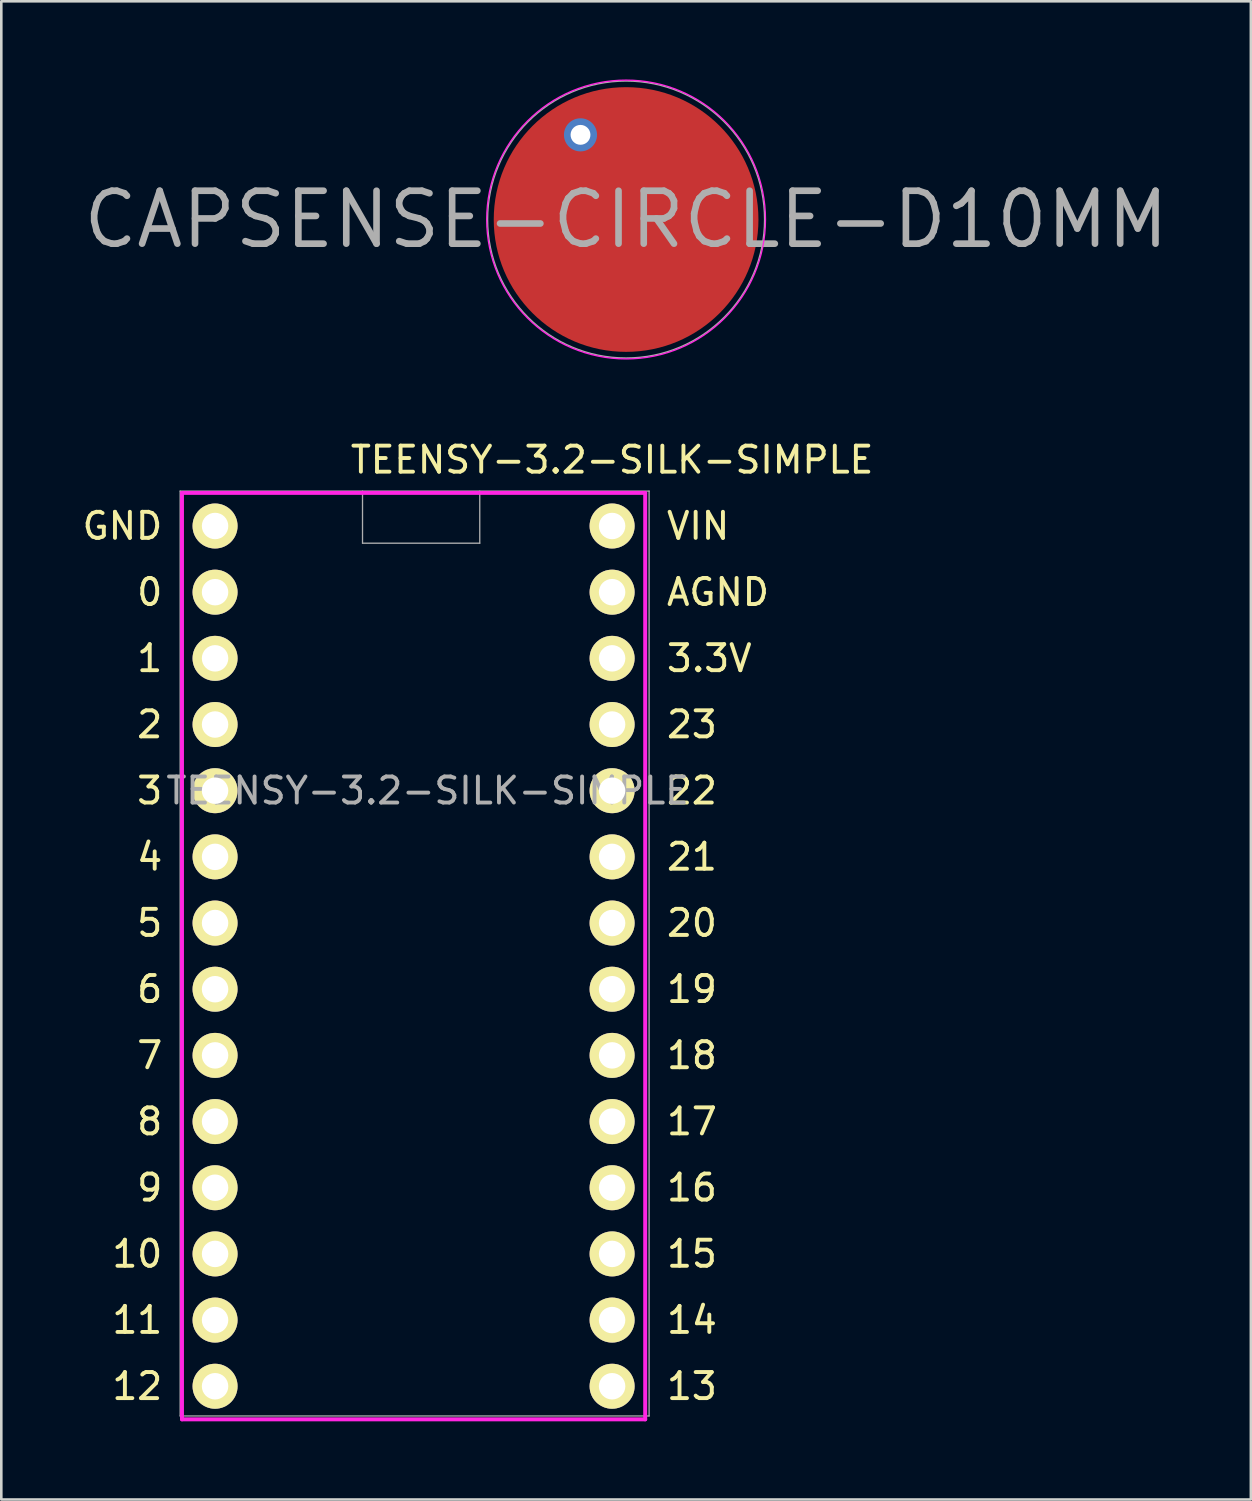
<source format=kicad_pcb>
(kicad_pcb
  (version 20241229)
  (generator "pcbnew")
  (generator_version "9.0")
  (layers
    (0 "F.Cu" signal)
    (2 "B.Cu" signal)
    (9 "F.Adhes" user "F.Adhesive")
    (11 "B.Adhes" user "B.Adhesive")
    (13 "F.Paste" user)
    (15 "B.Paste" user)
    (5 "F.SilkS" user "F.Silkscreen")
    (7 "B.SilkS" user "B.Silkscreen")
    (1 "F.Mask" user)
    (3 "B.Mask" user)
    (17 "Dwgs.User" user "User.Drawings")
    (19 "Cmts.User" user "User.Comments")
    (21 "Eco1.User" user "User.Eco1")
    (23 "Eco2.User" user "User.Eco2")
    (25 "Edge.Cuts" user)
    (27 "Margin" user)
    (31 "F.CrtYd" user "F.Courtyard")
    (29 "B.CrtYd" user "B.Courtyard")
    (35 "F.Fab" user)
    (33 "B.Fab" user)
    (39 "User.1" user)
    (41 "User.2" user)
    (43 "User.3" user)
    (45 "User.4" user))
  (footprint "CAPSENSE-CIRCLE-D10MM"
    (layer "F.Cu")
    (at 20.982 5.376)
    (property "Reference" "CAPSENSE-CIRCLE-D10MM" (at 0 0 0) (layer "F.Fab") (effects (font (size 2.032 2.032) (thickness 0.254))))
    (attr through_hole)
    (fp_circle (center 0 0) (end 3.25 4.25) (stroke (width 0.051) (type solid)) (fill no) (layer "F.CrtYd"))
    (fp_circle (center 0 0) (end 4 3.5) (stroke (width 0.051) (type solid)) (fill no) (layer "F.Fab"))
    (pad "1" smd circle (at 0 0) (size 10.16 10.16) (layers "F.Cu"))
    (pad "2" thru_hole circle (at -1.75 -3.25) (size 1.27 1.27) (drill 0.762) (layers "*.Cu")))
  (footprint "TEENSY-3.2-SILK-SIMPLE"
    (layer "F.Cu")
    (at 15.365 27.3)
    (property "Reference" "TEENSY-3.2-SILK-SIMPLE" (at -2 0 0) (layer "F.Fab") (effects (font (size 1 1) (thickness 0.15))))
    (attr through_hole)
    (fp_line (start -11.43 -11.43) (end -11.43 24.13) (stroke (width 0.152) (type solid)) (layer "F.CrtYd"))
    (fp_line (start -11.43 24.13) (end 6.35 24.13) (stroke (width 0.152) (type solid)) (layer "F.CrtYd"))
    (fp_line (start 6.35 -11.43) (end -11.43 -11.43) (stroke (width 0.152) (type solid)) (layer "F.CrtYd"))
    (fp_line (start 6.35 24.13) (end 6.35 -11.43) (stroke (width 0.152) (type solid)) (layer "F.CrtYd"))
    (fp_line (start -11.5 -11.5) (end -11.5 24) (stroke (width 0.05) (type solid)) (layer "F.Fab"))
    (fp_line (start -11.5 24) (end 6.5 24) (stroke (width 0.05) (type solid)) (layer "F.Fab"))
    (fp_line (start -4.5 -11.5) (end -4.5 -9.5) (stroke (width 0.05) (type solid)) (layer "F.Fab"))
    (fp_line (start -4.5 -9.5) (end 0 -9.5) (stroke (width 0.05) (type solid)) (layer "F.Fab"))
    (fp_line (start 0 -9.5) (end 0 -11.5) (stroke (width 0.05) (type solid)) (layer "F.Fab"))
    (fp_line (start 6.5 -11.5) (end -11.5 -11.5) (stroke (width 0.05) (type solid)) (layer "F.Fab"))
    (fp_line (start 6.5 24) (end 6.5 -11.5) (stroke (width 0.05) (type solid)) (layer "F.Fab"))
    (fp_text user "10" (at -13.145 17.78 0) (layer "F.SilkS") (effects (font (size 1 1) (thickness 0.15))))
    (fp_text user "7" (at -12.668 10.16 0) (layer "F.SilkS") (effects (font (size 1 1) (thickness 0.15))))
    (fp_text user "3.3V" (at 8.811 -5.08 0) (layer "F.SilkS") (effects (font (size 1 1) (thickness 0.15))))
    (fp_text user "13" (at 8.144 22.86 0) (layer "F.SilkS") (effects (font (size 1 1) (thickness 0.15))))
    (fp_text user "${REFERENCE}" (at 5.08 -12.7 0) (layer "F.SilkS") (effects (font (size 1 1) (thickness 0.15))))
    (fp_text user "17" (at 8.144 12.7 0) (layer "F.SilkS") (effects (font (size 1 1) (thickness 0.15))))
    (fp_text user "0" (at -12.668 -7.62 0) (layer "F.SilkS") (effects (font (size 1 1) (thickness 0.15))))
    (fp_text user "VIN" (at 8.382 -10.16 0) (layer "F.SilkS") (effects (font (size 1 1) (thickness 0.15))))
    (fp_text user "11" (at -13.145 20.32 0) (layer "F.SilkS") (effects (font (size 1 1) (thickness 0.15))))
    (fp_text user "AGND" (at 9.144 -7.62 0) (layer "F.SilkS") (effects (font (size 1 1) (thickness 0.15))))
    (fp_text user "6" (at -12.668 7.62 0) (layer "F.SilkS") (effects (font (size 1 1) (thickness 0.15))))
    (fp_text user "3" (at -12.668 0 0) (layer "F.SilkS") (effects (font (size 1 1) (thickness 0.15))))
    (fp_text user "8" (at -12.668 12.7 0) (layer "F.SilkS") (effects (font (size 1 1) (thickness 0.15))))
    (fp_text user "5" (at -12.668 5.08 0) (layer "F.SilkS") (effects (font (size 1 1) (thickness 0.15))))
    (fp_text user "15" (at 8.144 17.78 0) (layer "F.SilkS") (effects (font (size 1 1) (thickness 0.15))))
    (fp_text user "16" (at 8.144 15.24 0) (layer "F.SilkS") (effects (font (size 1 1) (thickness 0.15))))
    (fp_text user "2" (at -12.668 -2.54 0) (layer "F.SilkS") (effects (font (size 1 1) (thickness 0.15))))
    (fp_text user "22" (at 8.144 0 0) (layer "F.SilkS") (effects (font (size 1 1) (thickness 0.15))))
    (fp_text user "4" (at -12.668 2.54 0) (layer "F.SilkS") (effects (font (size 1 1) (thickness 0.15))))
    (fp_text user "19" (at 8.144 7.62 0) (layer "F.SilkS") (effects (font (size 1 1) (thickness 0.15))))
    (fp_text user "23" (at 8.144 -2.54 0) (layer "F.SilkS") (effects (font (size 1 1) (thickness 0.15))))
    (fp_text user "1" (at -12.668 -5.08 0) (layer "F.SilkS") (effects (font (size 1 1) (thickness 0.15))))
    (fp_text user "GND" (at -13.716 -10.16 0) (layer "F.SilkS") (effects (font (size 1 1) (thickness 0.15))))
    (fp_text user "18" (at 8.144 10.16 0) (layer "F.SilkS") (effects (font (size 1 1) (thickness 0.15))))
    (fp_text user "9" (at -12.668 15.24 0) (layer "F.SilkS") (effects (font (size 1 1) (thickness 0.15))))
    (fp_text user "20" (at 8.144 5.08 0) (layer "F.SilkS") (effects (font (size 1 1) (thickness 0.15))))
    (fp_text user "12" (at -13.145 22.86 0) (layer "F.SilkS") (effects (font (size 1 1) (thickness 0.15))))
    (fp_text user "21" (at 8.144 2.54 0) (layer "F.SilkS") (effects (font (size 1 1) (thickness 0.15))))
    (fp_text user "14" (at 8.144 20.32 0) (layer "F.SilkS") (effects (font (size 1 1) (thickness 0.15))))
    (pad "0" thru_hole circle (at -10.16 -7.62) (size 1.727 1.727) (drill 1.016) (layers "*.Cu" "*.Mask" "F.SilkS"))
    (pad "1" thru_hole circle (at -10.16 -5.08) (size 1.727 1.727) (drill 1.016) (layers "*.Cu" "*.Mask" "F.SilkS"))
    (pad "2" thru_hole circle (at -10.16 -2.54) (size 1.727 1.727) (drill 1.016) (layers "*.Cu" "*.Mask" "F.SilkS"))
    (pad "3" thru_hole circle (at -10.16 0) (size 1.727 1.727) (drill 1.016) (layers "*.Cu" "*.Mask" "F.SilkS"))
    (pad "3V2" thru_hole circle (at 5.08 -5.08) (size 1.727 1.727) (drill 1.016) (layers "*.Cu" "*.Mask" "F.SilkS"))
    (pad "4" thru_hole circle (at -10.16 2.54) (size 1.727 1.727) (drill 1.016) (layers "*.Cu" "*.Mask" "F.SilkS"))
    (pad "5" thru_hole circle (at -10.16 5.08) (size 1.727 1.727) (drill 1.016) (layers "*.Cu" "*.Mask" "F.SilkS"))
    (pad "6" thru_hole circle (at -10.16 7.62) (size 1.727 1.727) (drill 1.016) (layers "*.Cu" "*.Mask" "F.SilkS"))
    (pad "7" thru_hole circle (at -10.16 10.16) (size 1.727 1.727) (drill 1.016) (layers "*.Cu" "*.Mask" "F.SilkS"))
    (pad "8" thru_hole circle (at -10.16 12.7) (size 1.727 1.727) (drill 1.016) (layers "*.Cu" "*.Mask" "F.SilkS"))
    (pad "9" thru_hole circle (at -10.16 15.24) (size 1.727 1.727) (drill 1.016) (layers "*.Cu" "*.Mask" "F.SilkS"))
    (pad "10" thru_hole circle (at -10.16 17.78) (size 1.727 1.727) (drill 1.016) (layers "*.Cu" "*.Mask" "F.SilkS"))
    (pad "11" thru_hole circle (at -10.16 20.32) (size 1.727 1.727) (drill 1.016) (layers "*.Cu" "*.Mask" "F.SilkS"))
    (pad "12" thru_hole circle (at -10.16 22.86) (size 1.727 1.727) (drill 1.016) (layers "*.Cu" "*.Mask" "F.SilkS"))
    (pad "13" thru_hole circle (at 5.08 22.86) (size 1.727 1.727) (drill 1.016) (layers "*.Cu" "*.Mask" "F.SilkS"))
    (pad "14" thru_hole circle (at 5.08 20.32) (size 1.727 1.727) (drill 1.016) (layers "*.Cu" "*.Mask" "F.SilkS"))
    (pad "15" thru_hole circle (at 5.08 17.78) (size 1.727 1.727) (drill 1.016) (layers "*.Cu" "*.Mask" "F.SilkS"))
    (pad "16" thru_hole circle (at 5.08 15.24) (size 1.727 1.727) (drill 1.016) (layers "*.Cu" "*.Mask" "F.SilkS"))
    (pad "17" thru_hole circle (at 5.08 12.7) (size 1.727 1.727) (drill 1.016) (layers "*.Cu" "*.Mask" "F.SilkS"))
    (pad "18" thru_hole circle (at 5.08 10.16) (size 1.727 1.727) (drill 1.016) (layers "*.Cu" "*.Mask" "F.SilkS"))
    (pad "19" thru_hole circle (at 5.08 7.62) (size 1.727 1.727) (drill 1.016) (layers "*.Cu" "*.Mask" "F.SilkS"))
    (pad "20" thru_hole circle (at 5.08 5.08) (size 1.727 1.727) (drill 1.016) (layers "*.Cu" "*.Mask" "F.SilkS"))
    (pad "21" thru_hole circle (at 5.08 2.54) (size 1.727 1.727) (drill 1.016) (layers "*.Cu" "*.Mask" "F.SilkS"))
    (pad "22" thru_hole circle (at 5.08 0) (size 1.727 1.727) (drill 1.016) (layers "*.Cu" "*.Mask" "F.SilkS"))
    (pad "23" thru_hole circle (at 5.08 -2.54) (size 1.727 1.727) (drill 1.016) (layers "*.Cu" "*.Mask" "F.SilkS"))
    (pad "AG" thru_hole circle (at 5.08 -7.62) (size 1.727 1.727) (drill 1.016) (layers "*.Cu" "*.Mask" "F.SilkS"))
    (pad "G1" thru_hole circle (at -10.16 -10.16) (size 1.727 1.727) (drill 1.016) (layers "*.Cu" "*.Mask" "F.SilkS"))
    (pad "VIN" thru_hole circle (at 5.08 -10.16) (size 1.727 1.727) (drill 1.016) (layers "*.Cu" "*.Mask" "F.SilkS")))
  (gr_rect
    (start -3 -3)
    (end 44.963 54.506)
    (stroke (width 0.1) (type default))
    (fill no)
    (layer "Edge.Cuts")))
</source>
